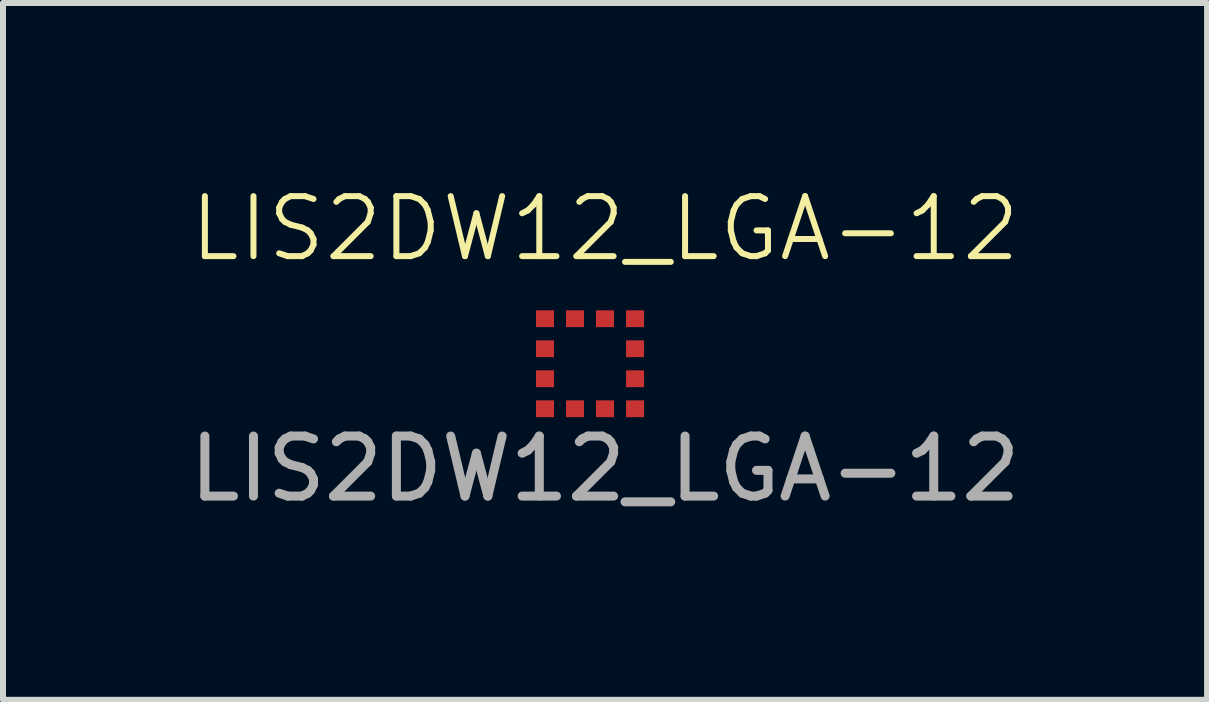
<source format=kicad_pcb>
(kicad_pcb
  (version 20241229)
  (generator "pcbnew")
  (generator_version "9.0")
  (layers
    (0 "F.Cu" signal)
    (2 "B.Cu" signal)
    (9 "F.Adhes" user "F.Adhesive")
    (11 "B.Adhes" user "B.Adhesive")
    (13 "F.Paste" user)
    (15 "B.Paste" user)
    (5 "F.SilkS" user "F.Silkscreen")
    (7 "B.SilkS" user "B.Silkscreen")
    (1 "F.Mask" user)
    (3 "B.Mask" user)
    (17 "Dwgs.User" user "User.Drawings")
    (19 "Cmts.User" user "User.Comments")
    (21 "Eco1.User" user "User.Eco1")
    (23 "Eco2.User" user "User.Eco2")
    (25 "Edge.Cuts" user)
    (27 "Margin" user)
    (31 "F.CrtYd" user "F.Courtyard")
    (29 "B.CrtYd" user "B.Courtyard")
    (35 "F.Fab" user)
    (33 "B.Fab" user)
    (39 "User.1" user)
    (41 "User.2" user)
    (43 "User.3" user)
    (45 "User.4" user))
  (footprint "LIS2DW12_LGA-12"
    (layer "F.Cu")
    (at 6.03 2.26)
    (property "Reference" "LIS2DW12_LGA-12" (at 1 -1.5 0) (unlocked yes) (layer "F.SilkS") (effects (font (size 1 1) (thickness 0.1))))
    (attr smd)
    (fp_text user "LIS2DW12_LGA-12" (at 1 2.5 0) (unlocked yes) (layer "F.Fab") (effects (font (size 1 1) (thickness 0.15))))
    (pad "1" smd rect (at 0 0) (size 0.3 0.28) (layers "F.Cu" "F.Mask" "F.Paste"))
    (pad "2" smd rect (at 0 0.5) (size 0.3 0.28) (layers "F.Cu" "F.Mask" "F.Paste"))
    (pad "3" smd rect (at 0 1) (size 0.3 0.28) (layers "F.Cu" "F.Mask" "F.Paste"))
    (pad "4" smd rect (at 0 1.5) (size 0.3 0.28) (layers "F.Cu" "F.Mask" "F.Paste"))
    (pad "5" smd rect (at 0.5 1.5) (size 0.3 0.28) (layers "F.Cu" "F.Mask" "F.Paste"))
    (pad "6" smd rect (at 1 1.5) (size 0.3 0.28) (layers "F.Cu" "F.Mask" "F.Paste"))
    (pad "7" smd rect (at 1.5 1.5) (size 0.3 0.28) (layers "F.Cu" "F.Mask" "F.Paste"))
    (pad "8" smd rect (at 1.5 1) (size 0.3 0.28) (layers "F.Cu" "F.Mask" "F.Paste"))
    (pad "9" smd rect (at 1.5 0.5) (size 0.3 0.28) (layers "F.Cu" "F.Mask" "F.Paste"))
    (pad "10" smd rect (at 1.5 0) (size 0.3 0.28) (layers "F.Cu" "F.Mask" "F.Paste"))
    (pad "11" smd rect (at 1 0) (size 0.3 0.28) (layers "F.Cu" "F.Mask" "F.Paste"))
    (pad "12" smd rect (at 0.5 0) (size 0.3 0.28) (layers "F.Cu" "F.Mask" "F.Paste")))
  (gr_rect
    (start -3 -3)
    (end 17.06 8.609)
    (stroke (width 0.1) (type default))
    (fill no)
    (layer "Edge.Cuts")))
</source>
